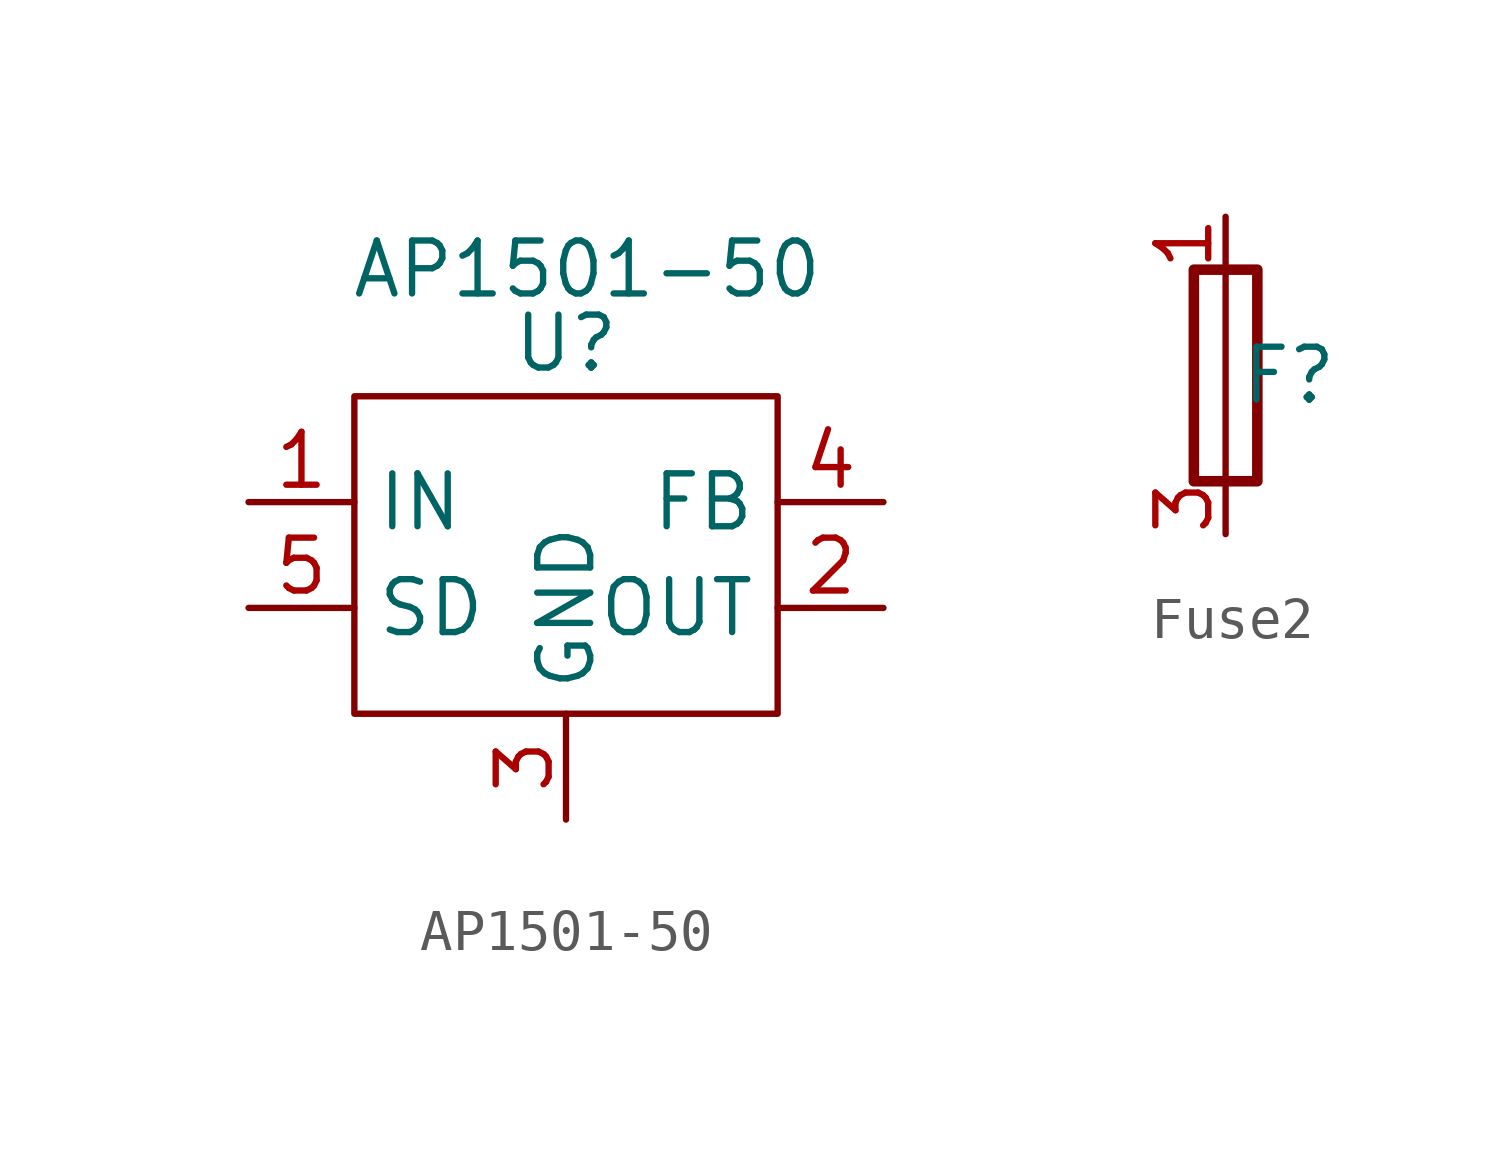
<source format=kicad_sym>
(kicad_symbol_lib
  (version 20241209)
  (generator "kicad_symbol_editor")
  (generator_version "9.0")
  (symbol "AP1501-50"
    (property "Reference" "U"
      (at 0 5.08 0)
      (effects (font (size 1.27 1.27))))
    (property "Value" "AP1501-50"
      (at 0.508 6.858 0)
      (effects (font (size 1.27 1.27))))
    (symbol "AP1501-50_0_1"
      (rectangle (start -5.08 3.81) (end 5.08 -3.81) (stroke (width 0) (type default)) (fill (type none))))
    (symbol "AP1501-50_1_1"
      (pin input line (at -7.62 1.27 0) (length 2.54) (name "IN" (effects (font (size 1.27 1.27)))) (number "1" (effects (font (size 1.27 1.27)))))
      (pin input line (at -7.62 -1.27 0) (length 2.54) (name "SD" (effects (font (size 1.27 1.27)))) (number "5" (effects (font (size 1.27 1.27)))))
      (pin input line (at 0 -6.35 90) (length 2.54) (name "GND" (effects (font (size 1.27 1.27)))) (number "3" (effects (font (size 1.27 1.27)))))
      (pin input line (at 7.62 1.27 180) (length 2.54) (name "FB" (effects (font (size 1.27 1.27)))) (number "4" (effects (font (size 1.27 1.27)))))
      (pin output line (at 7.62 -1.27 180) (length 2.54) (name "OUT" (effects (font (size 1.27 1.27)))) (number "2" (effects (font (size 1.27 1.27)))))))
  (symbol "Fuse2"
    (property "Reference" "F"
      (at 1.524 0 0)
      (effects (font (size 1.27 1.27))))
    (symbol "Fuse2_0_1"
      (rectangle (start -0.762 -2.54) (end 0.762 2.54) (stroke (width 0.254) (type default)) (fill (type none)))
      (polyline (pts (xy 0 2.54) (xy 0 -2.54)) (stroke (width 0) (type default)) (fill (type none))))
    (symbol "Fuse2_1_1"
      (pin passive line (at 0 3.81 270) (length 1.27) (name "~" (effects (font (size 1.27 1.27)))) (number "1" (effects (font (size 1.27 1.27)))))
      (pin passive line (at 0 3.81 270) (length 1.27) (hide yes) (name "~" (effects (font (size 1.27 1.27)))) (number "2" (effects (font (size 1.27 1.27)))))
      (pin passive line (at 0 -3.81 90) (length 1.27) (name "" (effects (font (size 1.27 1.27)))) (number "3" (effects (font (size 1.27 1.27)))))
      (pin passive line (at 0 -3.81 90) (length 1.27) (hide yes) (name "" (effects (font (size 1.27 1.27)))) (number "4" (effects (font (size 1.27 1.27))))))))
</source>
